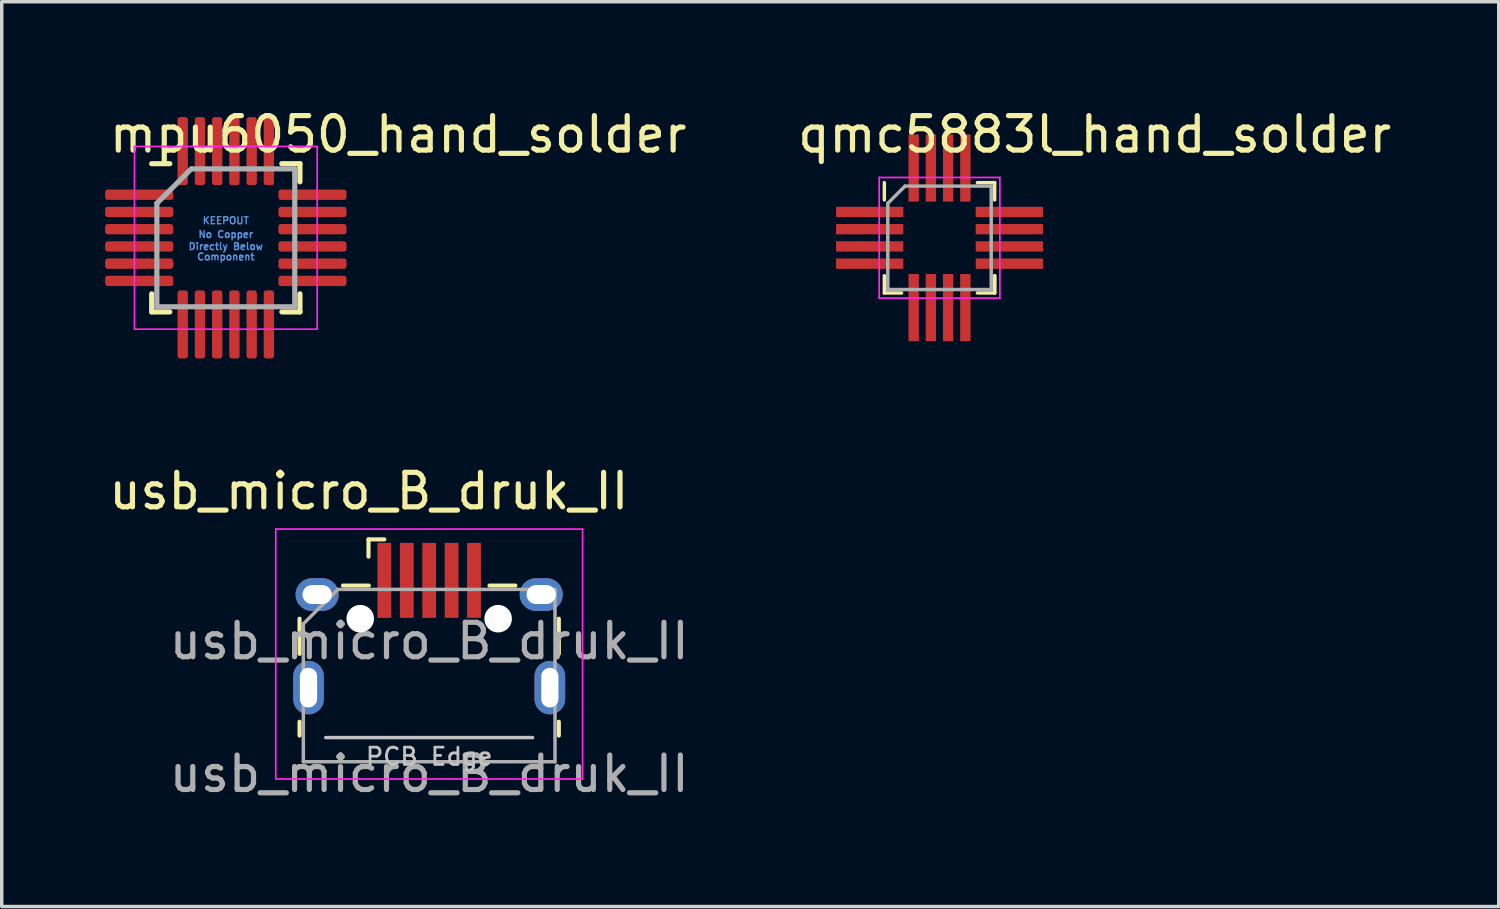
<source format=kicad_pcb>
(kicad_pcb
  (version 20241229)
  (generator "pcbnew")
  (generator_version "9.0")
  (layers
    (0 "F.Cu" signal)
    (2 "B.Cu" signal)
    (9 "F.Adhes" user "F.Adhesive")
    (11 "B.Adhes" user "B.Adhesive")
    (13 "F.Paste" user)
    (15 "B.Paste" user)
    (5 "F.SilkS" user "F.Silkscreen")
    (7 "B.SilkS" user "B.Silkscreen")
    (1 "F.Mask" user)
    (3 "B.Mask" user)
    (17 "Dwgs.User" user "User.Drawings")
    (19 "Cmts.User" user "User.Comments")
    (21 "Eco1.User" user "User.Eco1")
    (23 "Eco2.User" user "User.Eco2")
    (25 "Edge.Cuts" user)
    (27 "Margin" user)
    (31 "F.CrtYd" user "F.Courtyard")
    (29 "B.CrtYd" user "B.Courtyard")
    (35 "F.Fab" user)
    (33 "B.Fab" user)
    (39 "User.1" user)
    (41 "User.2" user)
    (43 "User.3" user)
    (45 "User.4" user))
  (footprint "mpu6050_hand_solder"
    (layer "F.Cu")
    (at 3.5 3.848)
    (property "Reference" "mpu6050_hand_solder" (at 5 -3 0) (unlocked yes) (layer "F.SilkS") (effects (font (size 1 1) (thickness 0.15))))
    (attr smd)
    (fp_line (start -2.15 -2.15) (end -1.625 -2.15) (stroke (width 0.15) (type solid)) (layer "F.SilkS"))
    (fp_line (start -2.15 2.15) (end -2.15 1.625) (stroke (width 0.15) (type solid)) (layer "F.SilkS"))
    (fp_line (start -2.15 2.15) (end -1.625 2.15) (stroke (width 0.15) (type solid)) (layer "F.SilkS"))
    (fp_line (start 2.15 -2.15) (end 1.625 -2.15) (stroke (width 0.15) (type solid)) (layer "F.SilkS"))
    (fp_line (start 2.15 -2.15) (end 2.15 -1.625) (stroke (width 0.15) (type solid)) (layer "F.SilkS"))
    (fp_line (start 2.15 2.15) (end 1.625 2.15) (stroke (width 0.15) (type solid)) (layer "F.SilkS"))
    (fp_line (start 2.15 2.15) (end 2.15 1.625) (stroke (width 0.15) (type solid)) (layer "F.SilkS"))
    (fp_line (start -2.65 -2.65) (end -2.65 2.65) (stroke (width 0.05) (type solid)) (layer "F.CrtYd"))
    (fp_line (start -2.65 -2.65) (end 2.65 -2.65) (stroke (width 0.05) (type solid)) (layer "F.CrtYd"))
    (fp_line (start -2.65 2.65) (end 2.65 2.65) (stroke (width 0.05) (type solid)) (layer "F.CrtYd"))
    (fp_line (start 2.65 -2.65) (end 2.65 2.65) (stroke (width 0.05) (type solid)) (layer "F.CrtYd"))
    (fp_line (start -2 -1) (end -1 -2) (stroke (width 0.15) (type solid)) (layer "F.Fab"))
    (fp_line (start -2 2) (end -2 -1) (stroke (width 0.15) (type solid)) (layer "F.Fab"))
    (fp_line (start -1 -2) (end 2 -2) (stroke (width 0.15) (type solid)) (layer "F.Fab"))
    (fp_line (start 2 -2) (end 2 2) (stroke (width 0.15) (type solid)) (layer "F.Fab"))
    (fp_line (start 2 2) (end -2 2) (stroke (width 0.15) (type solid)) (layer "F.Fab"))
    (fp_text user "Directly Below" (at 0 0.25 0) (layer "Cmts.User") (effects (font (size 0.2 0.2) (thickness 0.04))))
    (fp_text user "Component" (at 0 0.55 0) (layer "Cmts.User") (effects (font (size 0.2 0.2) (thickness 0.04))))
    (fp_text user "KEEPOUT" (at 0 -0.5 0) (layer "Cmts.User") (effects (font (size 0.2 0.2) (thickness 0.04))))
    (fp_text user "No Copper" (at 0 -0.1 0) (layer "Cmts.User") (effects (font (size 0.2 0.2) (thickness 0.04))))
    (pad "1" smd roundrect (at -2.513 -1.25) (size 1.975 0.3) (layers "F.Cu" "F.Mask" "F.Paste") (roundrect_rratio 0.25))
    (pad "2" smd roundrect (at -2.513 -0.75) (size 1.975 0.3) (layers "F.Cu" "F.Mask" "F.Paste") (roundrect_rratio 0.25))
    (pad "3" smd roundrect (at -2.513 -0.25) (size 1.975 0.3) (layers "F.Cu" "F.Mask" "F.Paste") (roundrect_rratio 0.25))
    (pad "4" smd roundrect (at -2.513 0.25) (size 1.975 0.3) (layers "F.Cu" "F.Mask" "F.Paste") (roundrect_rratio 0.25))
    (pad "5" smd roundrect (at -2.513 0.75) (size 1.975 0.3) (layers "F.Cu" "F.Mask" "F.Paste") (roundrect_rratio 0.25))
    (pad "6" smd roundrect (at -2.513 1.25) (size 1.975 0.3) (layers "F.Cu" "F.Mask" "F.Paste") (roundrect_rratio 0.25))
    (pad "7" smd roundrect (at -1.25 2.513 90) (size 1.975 0.3) (layers "F.Cu" "F.Mask" "F.Paste") (roundrect_rratio 0.25))
    (pad "8" smd roundrect (at -0.75 2.513 90) (size 1.975 0.3) (layers "F.Cu" "F.Mask" "F.Paste") (roundrect_rratio 0.25))
    (pad "9" smd roundrect (at -0.25 2.513 90) (size 1.975 0.3) (layers "F.Cu" "F.Mask" "F.Paste") (roundrect_rratio 0.25))
    (pad "10" smd roundrect (at 0.25 2.513 90) (size 1.975 0.3) (layers "F.Cu" "F.Mask" "F.Paste") (roundrect_rratio 0.25))
    (pad "11" smd roundrect (at 0.75 2.513 90) (size 1.975 0.3) (layers "F.Cu" "F.Mask" "F.Paste") (roundrect_rratio 0.25))
    (pad "12" smd roundrect (at 1.25 2.513 90) (size 1.975 0.3) (layers "F.Cu" "F.Mask" "F.Paste") (roundrect_rratio 0.25))
    (pad "13" smd roundrect (at 2.513 1.25) (size 1.975 0.3) (layers "F.Cu" "F.Mask" "F.Paste") (roundrect_rratio 0.25))
    (pad "14" smd roundrect (at 2.513 0.75) (size 1.975 0.3) (layers "F.Cu" "F.Mask" "F.Paste") (roundrect_rratio 0.25))
    (pad "15" smd roundrect (at 2.513 0.25) (size 1.975 0.3) (layers "F.Cu" "F.Mask" "F.Paste") (roundrect_rratio 0.25))
    (pad "16" smd roundrect (at 2.513 -0.25) (size 1.975 0.3) (layers "F.Cu" "F.Mask" "F.Paste") (roundrect_rratio 0.25))
    (pad "17" smd roundrect (at 2.513 -0.75) (size 1.975 0.3) (layers "F.Cu" "F.Mask" "F.Paste") (roundrect_rratio 0.25))
    (pad "18" smd roundrect (at 2.513 -1.25) (size 1.975 0.3) (layers "F.Cu" "F.Mask" "F.Paste") (roundrect_rratio 0.25))
    (pad "19" smd roundrect (at 1.25 -2.513 90) (size 1.975 0.3) (layers "F.Cu" "F.Mask" "F.Paste") (roundrect_rratio 0.25))
    (pad "20" smd roundrect (at 0.75 -2.513 90) (size 1.975 0.3) (layers "F.Cu" "F.Mask" "F.Paste") (roundrect_rratio 0.25))
    (pad "21" smd roundrect (at 0.25 -2.513 90) (size 1.975 0.3) (layers "F.Cu" "F.Mask" "F.Paste") (roundrect_rratio 0.25))
    (pad "22" smd roundrect (at -0.25 -2.513 90) (size 1.975 0.3) (layers "F.Cu" "F.Mask" "F.Paste") (roundrect_rratio 0.25))
    (pad "23" smd roundrect (at -0.75 -2.513 90) (size 1.975 0.3) (layers "F.Cu" "F.Mask" "F.Paste") (roundrect_rratio 0.25))
    (pad "24" smd roundrect (at -1.25 -2.513 90) (size 1.975 0.3) (layers "F.Cu" "F.Mask" "F.Paste") (roundrect_rratio 0.25))
    (zone (net_name "") (layer "F.Cu") (hatch full 0.508) (connect_pads) (min_thickness 0.254) (filled_areas_thickness no) (keepout (tracks not_allowed) (vias not_allowed) (pads not_allowed) (copperpour not_allowed) (footprints allowed)) (placement (enabled no)) (fill) (polygon (pts (xy 2.125 2.523) (xy 4.875 2.523) (xy 4.875 5.173) (xy 2.125 5.173)))))
  (footprint "usb_micro_B_druk_II"
    (layer "F.Cu")
    (at 9.399 16.896)
    (property "Reference" "usb_micro_B_druk_II" (at -1.75 -5.7 0) (unlocked yes) (layer "F.SilkS") (effects (font (size 1 1) (thickness 0.15))))
    (attr through_hole)
    (fp_line (start -3.76 -0.98) (end -3.76 -2) (stroke (width 0.12) (type solid)) (layer "F.SilkS"))
    (fp_line (start -3.76 1.39) (end -3.76 0.99) (stroke (width 0.12) (type solid)) (layer "F.SilkS"))
    (fp_line (start -2.5 -2.96) (end -1.75 -2.96) (stroke (width 0.12) (type solid)) (layer "F.SilkS"))
    (fp_line (start -1.76 -3.8) (end -1.76 -4.3) (stroke (width 0.12) (type solid)) (layer "F.SilkS"))
    (fp_line (start -1.3 -4.3) (end -1.76 -4.3) (stroke (width 0.12) (type solid)) (layer "F.SilkS"))
    (fp_line (start 2.5 -2.96) (end 1.75 -2.96) (stroke (width 0.12) (type solid)) (layer "F.SilkS"))
    (fp_line (start 3.76 -0.98) (end 3.76 -2) (stroke (width 0.12) (type solid)) (layer "F.SilkS"))
    (fp_line (start 3.76 0.99) (end 3.76 1.39) (stroke (width 0.12) (type solid)) (layer "F.SilkS"))
    (fp_line (start 3 1.45) (end -3 1.45) (stroke (width 0.1) (type solid)) (layer "Dwgs.User"))
    (fp_line (start -4.45 -4.6) (end -4.45 2.65) (stroke (width 0.05) (type solid)) (layer "F.CrtYd"))
    (fp_line (start -4.45 -4.6) (end 4.45 -4.6) (stroke (width 0.05) (type solid)) (layer "F.CrtYd"))
    (fp_line (start -4.45 2.65) (end 4.45 2.65) (stroke (width 0.05) (type solid)) (layer "F.CrtYd"))
    (fp_line (start 4.45 -4.6) (end 4.45 2.65) (stroke (width 0.05) (type solid)) (layer "F.CrtYd"))
    (fp_line (start -3.65 -1.85) (end -2.65 -2.85) (stroke (width 0.1) (type solid)) (layer "F.Fab"))
    (fp_line (start -3.65 2.15) (end -3.65 -1.85) (stroke (width 0.1) (type solid)) (layer "F.Fab"))
    (fp_line (start -2.65 -2.85) (end 3.65 -2.85) (stroke (width 0.1) (type solid)) (layer "F.Fab"))
    (fp_line (start 3.65 -2.85) (end 3.65 2.15) (stroke (width 0.1) (type solid)) (layer "F.Fab"))
    (fp_line (start 3.65 2.15) (end -3.65 2.15) (stroke (width 0.1) (type solid)) (layer "F.Fab"))
    (fp_text user "PCB Edge" (at 0 2 0) (layer "Dwgs.User") (effects (font (size 0.5 0.5) (thickness 0.08))))
    (fp_text user "${REFERENCE}" (at 0 -1.35 0) (layer "F.Fab") (effects (font (size 1 1) (thickness 0.15))))
    (fp_text user "${REFERENCE}" (at 0 2.5 0) (unlocked yes) (layer "F.Fab") (effects (font (size 1 1) (thickness 0.15))))
    (pad "" np_thru_hole oval (at -2 -2) (size 0.8 0.8) (drill 0.8) (layers "*.Cu" "*.Mask"))
    (pad "" np_thru_hole oval (at 2 -2) (size 0.8 0.8) (drill 0.8) (layers "*.Cu" "*.Mask"))
    (pad "1" smd rect (at -1.3 -3.112) (size 0.4 2.175) (layers "F.Cu" "F.Mask" "F.Paste"))
    (pad "2" smd rect (at -0.65 -3.112) (size 0.4 2.175) (layers "F.Cu" "F.Mask" "F.Paste"))
    (pad "3" smd rect (at 0 -3.112) (size 0.4 2.175) (layers "F.Cu" "F.Mask" "F.Paste"))
    (pad "4" smd rect (at 0.65 -3.112) (size 0.4 2.175) (layers "F.Cu" "F.Mask" "F.Paste"))
    (pad "5" smd rect (at 1.3 -3.112) (size 0.4 2.175) (layers "F.Cu" "F.Mask" "F.Paste"))
    (pad "6" thru_hole oval (at -3.5 0) (size 0.89 1.55) (drill oval 0.5 1.15) (layers "*.Cu" "*.Mask"))
    (pad "6" thru_hole oval (at -3.25 -2.7) (size 1.25 0.95) (drill oval 0.85 0.55) (layers "*.Cu" "*.Mask"))
    (pad "6" thru_hole oval (at 3.25 -2.7) (size 1.25 0.95) (drill oval 0.85 0.55) (layers "*.Cu" "*.Mask"))
    (pad "6" thru_hole oval (at 3.5 0) (size 0.89 1.55) (drill oval 0.5 1.15) (layers "*.Cu" "*.Mask")))
  (footprint "qmc5883l_hand_solder"
    (layer "F.Cu")
    (at 24.202 3.848)
    (property "Reference" "qmc5883l_hand_solder" (at 4.5 -3 0) (unlocked yes) (layer "F.SilkS") (effects (font (size 1 1) (thickness 0.15))))
    (attr smd)
    (fp_line (start -1.6 -1.6) (end -1.6 -1.1) (stroke (width 0.1) (type solid)) (layer "F.SilkS"))
    (fp_line (start -1.6 1.6) (end -1.6 1.1) (stroke (width 0.1) (type solid)) (layer "F.SilkS"))
    (fp_line (start -1.6 1.6) (end -1.1 1.6) (stroke (width 0.1) (type solid)) (layer "F.SilkS"))
    (fp_line (start 1.1 -1.6) (end 1.6 -1.6) (stroke (width 0.1) (type solid)) (layer "F.SilkS"))
    (fp_line (start 1.6 -1.6) (end 1.6 -1.1) (stroke (width 0.1) (type solid)) (layer "F.SilkS"))
    (fp_line (start 1.6 1.1) (end 1.6 1.6) (stroke (width 0.1) (type solid)) (layer "F.SilkS"))
    (fp_line (start 1.6 1.6) (end 1.1 1.6) (stroke (width 0.1) (type solid)) (layer "F.SilkS"))
    (fp_line (start 1.6 1.6) (end 1.6 1.1) (stroke (width 0.1) (type solid)) (layer "F.SilkS"))
    (fp_line (start -1.75 -1.75) (end 1.75 -1.75) (stroke (width 0.05) (type solid)) (layer "F.CrtYd"))
    (fp_line (start -1.75 1.75) (end -1.75 -1.75) (stroke (width 0.05) (type solid)) (layer "F.CrtYd"))
    (fp_line (start 1.75 -1.75) (end 1.75 1.75) (stroke (width 0.05) (type solid)) (layer "F.CrtYd"))
    (fp_line (start 1.75 1.75) (end -1.75 1.75) (stroke (width 0.05) (type solid)) (layer "F.CrtYd"))
    (fp_line (start -1.5 -1) (end -1 -1.5) (stroke (width 0.1) (type solid)) (layer "F.Fab"))
    (fp_line (start -1.5 1.5) (end -1.5 -1) (stroke (width 0.1) (type solid)) (layer "F.Fab"))
    (fp_line (start -1 -1.5) (end 1.5 -1.5) (stroke (width 0.1) (type solid)) (layer "F.Fab"))
    (fp_line (start 1.5 -1.5) (end 1.5 1.5) (stroke (width 0.1) (type solid)) (layer "F.Fab"))
    (fp_line (start 1.5 1.5) (end -1.5 1.5) (stroke (width 0.1) (type solid)) (layer "F.Fab"))
    (pad "1" smd rect (at -2.025 -0.75 90) (size 0.3 1.95) (layers "F.Cu" "F.Mask" "F.Paste"))
    (pad "2" smd rect (at -2.025 -0.25 90) (size 0.3 1.95) (layers "F.Cu" "F.Mask" "F.Paste"))
    (pad "3" smd rect (at -2.025 0.25 90) (size 0.3 1.95) (layers "F.Cu" "F.Mask" "F.Paste"))
    (pad "4" smd rect (at -2.025 0.75 90) (size 0.3 1.95) (layers "F.Cu" "F.Mask" "F.Paste"))
    (pad "5" smd rect (at -0.75 2.025) (size 0.3 1.95) (layers "F.Cu" "F.Mask" "F.Paste"))
    (pad "6" smd rect (at -0.25 2.025) (size 0.3 1.95) (layers "F.Cu" "F.Mask" "F.Paste"))
    (pad "7" smd rect (at 0.25 2.025) (size 0.3 1.95) (layers "F.Cu" "F.Mask" "F.Paste"))
    (pad "8" smd rect (at 0.75 2.025) (size 0.3 1.95) (layers "F.Cu" "F.Mask" "F.Paste"))
    (pad "9" smd rect (at 2.025 0.75 90) (size 0.3 1.95) (layers "F.Cu" "F.Mask" "F.Paste"))
    (pad "10" smd rect (at 2.025 0.25 90) (size 0.3 1.95) (layers "F.Cu" "F.Mask" "F.Paste"))
    (pad "11" smd rect (at 2.025 -0.25 90) (size 0.3 1.95) (layers "F.Cu" "F.Mask" "F.Paste"))
    (pad "12" smd rect (at 2.025 -0.75 90) (size 0.3 1.95) (layers "F.Cu" "F.Mask" "F.Paste"))
    (pad "13" smd rect (at 0.75 -2.025) (size 0.3 1.95) (layers "F.Cu" "F.Mask" "F.Paste"))
    (pad "14" smd rect (at 0.25 -2.025) (size 0.3 1.95) (layers "F.Cu" "F.Mask" "F.Paste"))
    (pad "15" smd rect (at -0.25 -2.025) (size 0.3 1.95) (layers "F.Cu" "F.Mask" "F.Paste"))
    (pad "16" smd rect (at -0.75 -2.025) (size 0.3 1.95) (layers "F.Cu" "F.Mask" "F.Paste")))
  (gr_rect
    (start -3 -3)
    (end 40.423 23.245)
    (stroke (width 0.1) (type default))
    (fill no)
    (layer "Edge.Cuts")))
</source>
